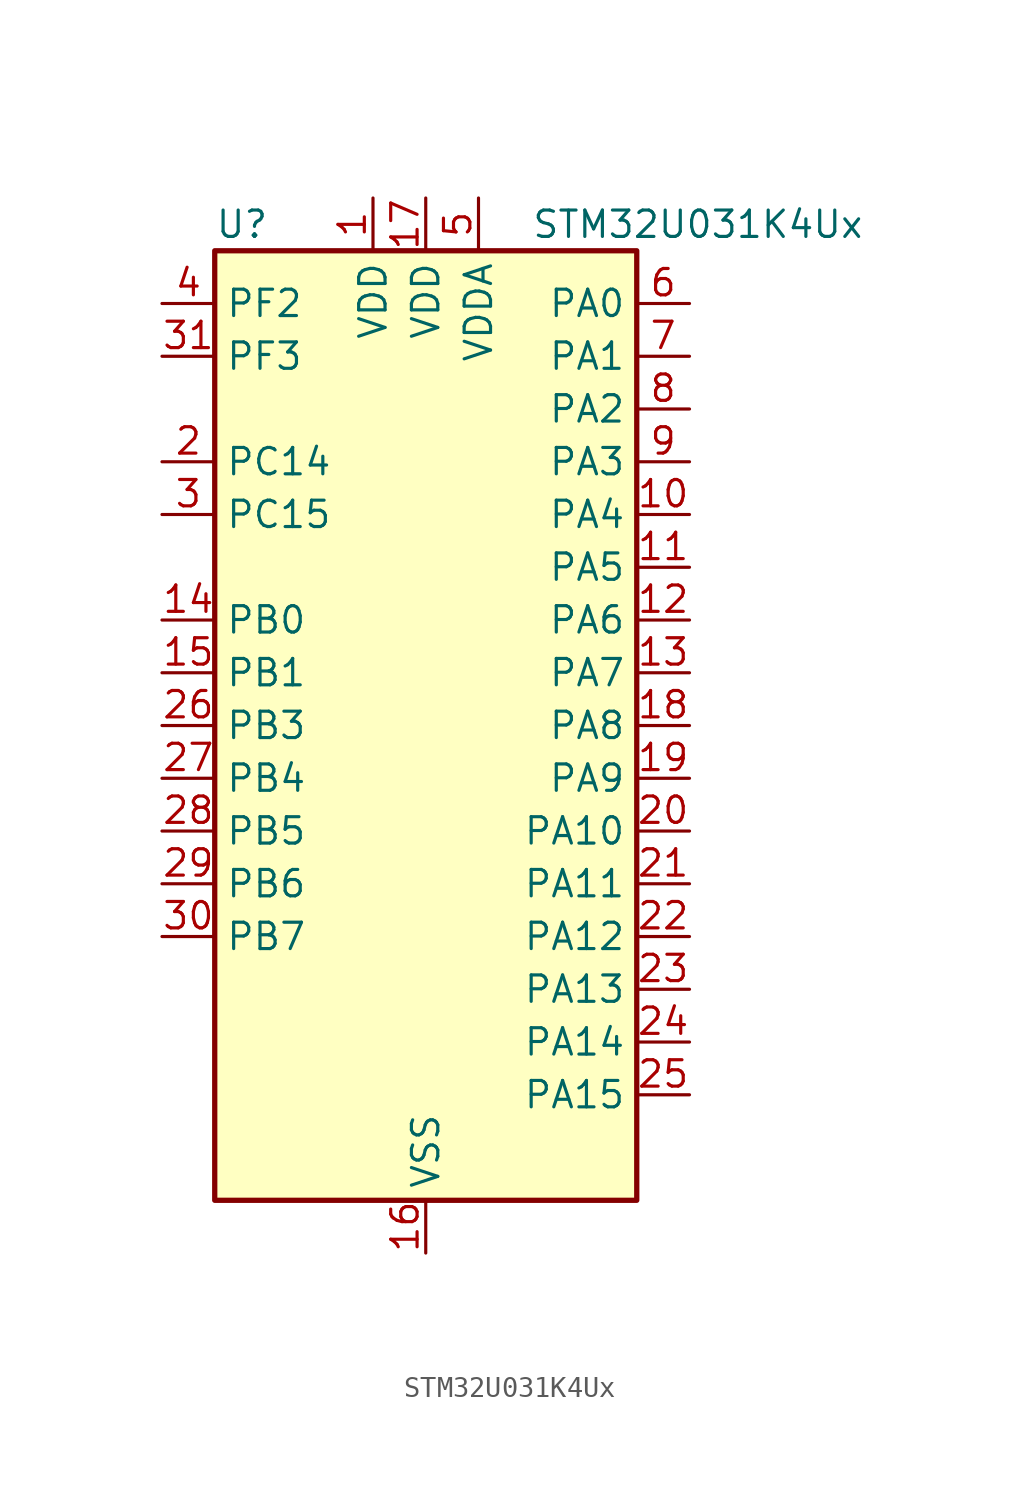
<source format=kicad_sym>
(kicad_symbol_lib
  (version 20231120)
  (generator "kicad_symbol_editor")
  (generator_version "8.99")
  (symbol "STM32U031K4Ux"
    (property "Reference" "U"
      (at -10.16 24.13 0)
      (effects (font (size 1.27 1.27)) (justify left)))
    (property "Value" "STM32U031K4Ux"
      (at 5.08 24.13 0)
      (effects (font (size 1.27 1.27)) (justify left)))
    (property "ki_locked" ""
      (at 0 0 0)
      (effects (font (size 1.27 1.27))))
    (symbol "STM32U031K4Ux_0_1"
      (rectangle (start -10.16 -22.86) (end 10.16 22.86) (stroke (width 0.254) (type default)) (fill (type background))))
    (symbol "STM32U031K4Ux_1_1"
      (pin power_in line (at -2.54 25.4 270) (length 2.54) (name "VDD" (effects (font (size 1.27 1.27)))) (number "1" (effects (font (size 1.27 1.27)))))
      (pin bidirectional line (at 12.7 10.16 180) (length 2.54) (name "PA4" (effects (font (size 1.27 1.27)))) (number "10" (effects (font (size 1.27 1.27)))) (alternate "ADC1_IN8" bidirectional line) (alternate "COMP1_INM" bidirectional line) (alternate "DAC1_OUT1" bidirectional line) (alternate "LPTIM2_CH1" bidirectional line) (alternate "SPI1_NSS" bidirectional line) (alternate "USART2_CK" bidirectional line))
      (pin bidirectional line (at 12.7 7.62 180) (length 2.54) (name "PA5" (effects (font (size 1.27 1.27)))) (number "11" (effects (font (size 1.27 1.27)))) (alternate "ADC1_IN9" bidirectional line) (alternate "COMP1_INM" bidirectional line) (alternate "LPTIM2_ETR" bidirectional line) (alternate "SPI1_SCK" bidirectional line) (alternate "TIM2_CH1" bidirectional line) (alternate "TIM2_ETR" bidirectional line) (alternate "USART3_TX" bidirectional line))
      (pin bidirectional line (at 12.7 5.08 180) (length 2.54) (name "PA6" (effects (font (size 1.27 1.27)))) (number "12" (effects (font (size 1.27 1.27)))) (alternate "ADC1_IN10" bidirectional line) (alternate "COMP1_OUT" bidirectional line) (alternate "I2C2_SDA" bidirectional line) (alternate "I2C3_SDA" bidirectional line) (alternate "LPUART1_CTS" bidirectional line) (alternate "SPI1_MISO" bidirectional line) (alternate "TIM16_CH1" bidirectional line) (alternate "TIM1_BKIN" bidirectional line) (alternate "TIM3_CH1" bidirectional line) (alternate "TSC_G5_IO1" bidirectional line) (alternate "USART3_CTS" bidirectional line))
      (pin bidirectional line (at 12.7 2.54 180) (length 2.54) (name "PA7" (effects (font (size 1.27 1.27)))) (number "13" (effects (font (size 1.27 1.27)))) (alternate "ADC1_IN14" bidirectional line) (alternate "I2C2_SCL" bidirectional line) (alternate "I2C3_SCL" bidirectional line) (alternate "LPTIM2_CH2" bidirectional line) (alternate "SPI1_MOSI" bidirectional line) (alternate "TIM1_CH1N" bidirectional line) (alternate "TIM3_CH2" bidirectional line) (alternate "USART3_RX" bidirectional line))
      (pin bidirectional line (at -12.7 5.08 0) (length 2.54) (name "PB0" (effects (font (size 1.27 1.27)))) (number "14" (effects (font (size 1.27 1.27)))) (alternate "ADC1_IN17" bidirectional line) (alternate "COMP1_OUT" bidirectional line) (alternate "LPUART2_CTS" bidirectional line) (alternate "SPI1_NSS" bidirectional line) (alternate "TIM1_CH2N" bidirectional line) (alternate "TIM3_CH3" bidirectional line) (alternate "TSC_G5_IO2" bidirectional line) (alternate "USART3_CK" bidirectional line))
      (pin bidirectional line (at -12.7 2.54 0) (length 2.54) (name "PB1" (effects (font (size 1.27 1.27)))) (number "15" (effects (font (size 1.27 1.27)))) (alternate "ADC1_IN18" bidirectional line) (alternate "COMP1_INM" bidirectional line) (alternate "LPTIM2_IN1" bidirectional line) (alternate "LPUART1_DE" bidirectional line) (alternate "LPUART1_RTS" bidirectional line) (alternate "LPUART2_DE" bidirectional line) (alternate "LPUART2_RTS" bidirectional line) (alternate "TIM1_CH3N" bidirectional line) (alternate "TIM3_CH4" bidirectional line) (alternate "TSC_SYNC" bidirectional line) (alternate "USART3_DE" bidirectional line) (alternate "USART3_RTS" bidirectional line))
      (pin power_in line (at 0 -25.4 90) (length 2.54) (name "VSS" (effects (font (size 1.27 1.27)))) (number "16" (effects (font (size 1.27 1.27)))))
      (pin power_in line (at 0 25.4 270) (length 2.54) (name "VDD" (effects (font (size 1.27 1.27)))) (number "17" (effects (font (size 1.27 1.27)))))
      (pin bidirectional line (at 12.7 0 180) (length 2.54) (name "PA8" (effects (font (size 1.27 1.27)))) (number "18" (effects (font (size 1.27 1.27)))) (alternate "LPTIM2_CH1" bidirectional line) (alternate "RCC_MCO" bidirectional line) (alternate "RCC_MCO2" bidirectional line) (alternate "TIM1_CH1" bidirectional line) (alternate "TSC_G7_IO1" bidirectional line) (alternate "USART1_CK" bidirectional line))
      (pin bidirectional line (at 12.7 -2.54 180) (length 2.54) (name "PA9" (effects (font (size 1.27 1.27)))) (number "19" (effects (font (size 1.27 1.27)))) (alternate "COMP1_INP" bidirectional line) (alternate "DAC1_EXTI9" bidirectional line) (alternate "I2C1_SCL" bidirectional line) (alternate "I2C2_SCL" bidirectional line) (alternate "RCC_MCO" bidirectional line) (alternate "TIM15_BKIN" bidirectional line) (alternate "TIM1_CH2" bidirectional line) (alternate "TSC_G7_IO2" bidirectional line) (alternate "USART1_TX" bidirectional line))
      (pin bidirectional line (at -12.7 12.7 0) (length 2.54) (name "PC14" (effects (font (size 1.27 1.27)))) (number "2" (effects (font (size 1.27 1.27)))) (alternate "RCC_OSC32_IN" bidirectional line))
      (pin bidirectional line (at 12.7 -5.08 180) (length 2.54) (name "PA10" (effects (font (size 1.27 1.27)))) (number "20" (effects (font (size 1.27 1.27)))) (alternate "I2C1_SDA" bidirectional line) (alternate "I2C2_SDA" bidirectional line) (alternate "RCC_MCO2" bidirectional line) (alternate "SPI2_NSS" bidirectional line) (alternate "TIM1_CH3" bidirectional line) (alternate "TSC_G7_IO3" bidirectional line) (alternate "USART1_RX" bidirectional line))
      (pin bidirectional line (at 12.7 -7.62 180) (length 2.54) (name "PA11" (effects (font (size 1.27 1.27)))) (number "21" (effects (font (size 1.27 1.27)))) (alternate "ADC1_EXTI11" bidirectional line) (alternate "COMP1_OUT" bidirectional line) (alternate "SPI1_MISO" bidirectional line) (alternate "SPI2_MISO" bidirectional line) (alternate "TIM1_BKIN2" bidirectional line) (alternate "TIM1_CH4" bidirectional line) (alternate "USART1_CTS" bidirectional line))
      (pin bidirectional line (at 12.7 -10.16 180) (length 2.54) (name "PA12" (effects (font (size 1.27 1.27)))) (number "22" (effects (font (size 1.27 1.27)))) (alternate "SPI1_MOSI" bidirectional line) (alternate "SPI2_MOSI" bidirectional line) (alternate "TIM1_ETR" bidirectional line) (alternate "USART1_DE" bidirectional line) (alternate "USART1_RTS" bidirectional line))
      (pin bidirectional line (at 12.7 -12.7 180) (length 2.54) (name "PA13" (effects (font (size 1.27 1.27)))) (number "23" (effects (font (size 1.27 1.27)))) (alternate "DEBUG_JTMS-SWDIO" bidirectional line) (alternate "IR_OUT" bidirectional line) (alternate "TSC_G7_IO4" bidirectional line))
      (pin bidirectional line (at 12.7 -15.24 180) (length 2.54) (name "PA14" (effects (font (size 1.27 1.27)))) (number "24" (effects (font (size 1.27 1.27)))) (alternate "DEBUG_JTCK-SWCLK" bidirectional line) (alternate "LPTIM1_CH1" bidirectional line) (alternate "TSC_G3_IO4" bidirectional line))
      (pin bidirectional line (at 12.7 -17.78 180) (length 2.54) (name "PA15" (effects (font (size 1.27 1.27)))) (number "25" (effects (font (size 1.27 1.27)))) (alternate "DEBUG_JTDI" bidirectional line) (alternate "SPI1_NSS" bidirectional line) (alternate "TIM2_CH1" bidirectional line) (alternate "TIM2_ETR" bidirectional line) (alternate "TSC_G3_IO1" bidirectional line) (alternate "USART2_RX" bidirectional line) (alternate "USART3_DE" bidirectional line) (alternate "USART3_RTS" bidirectional line) (alternate "USART4_DE" bidirectional line) (alternate "USART4_RTS" bidirectional line))
      (pin bidirectional line (at -12.7 0 0) (length 2.54) (name "PB3" (effects (font (size 1.27 1.27)))) (number "26" (effects (font (size 1.27 1.27)))) (alternate "DEBUG_JTDO-SWO" bidirectional line) (alternate "I2C2_SCL" bidirectional line) (alternate "I2C3_SCL" bidirectional line) (alternate "LPTIM1_CH3" bidirectional line) (alternate "SPI1_SCK" bidirectional line) (alternate "TIM2_CH2" bidirectional line) (alternate "USART1_DE" bidirectional line) (alternate "USART1_RTS" bidirectional line))
      (pin bidirectional line (at -12.7 -2.54 0) (length 2.54) (name "PB4" (effects (font (size 1.27 1.27)))) (number "27" (effects (font (size 1.27 1.27)))) (alternate "I2C2_SDA" bidirectional line) (alternate "I2C3_SDA" bidirectional line) (alternate "LPTIM1_CH4" bidirectional line) (alternate "SPI1_MISO" bidirectional line) (alternate "TIM3_CH1" bidirectional line) (alternate "TSC_G2_IO1" bidirectional line) (alternate "USART1_CTS" bidirectional line))
      (pin bidirectional line (at -12.7 -5.08 0) (length 2.54) (name "PB5" (effects (font (size 1.27 1.27)))) (number "28" (effects (font (size 1.27 1.27)))) (alternate "LPTIM1_IN1" bidirectional line) (alternate "SPI1_MOSI" bidirectional line) (alternate "TIM16_BKIN" bidirectional line) (alternate "TIM3_CH2" bidirectional line) (alternate "TSC_G2_IO2" bidirectional line) (alternate "USART1_CK" bidirectional line))
      (pin bidirectional line (at -12.7 -7.62 0) (length 2.54) (name "PB6" (effects (font (size 1.27 1.27)))) (number "29" (effects (font (size 1.27 1.27)))) (alternate "I2C1_SCL" bidirectional line) (alternate "I2C2_SCL" bidirectional line) (alternate "LPTIM1_ETR" bidirectional line) (alternate "LPUART2_TX" bidirectional line) (alternate "TIM16_CH1N" bidirectional line) (alternate "TSC_G2_IO3" bidirectional line) (alternate "USART1_TX" bidirectional line))
      (pin bidirectional line (at -12.7 10.16 0) (length 2.54) (name "PC15" (effects (font (size 1.27 1.27)))) (number "3" (effects (font (size 1.27 1.27)))) (alternate "RCC_OSC32_EN" bidirectional line) (alternate "RCC_OSC32_OUT" bidirectional line) (alternate "RCC_OSC_EN" bidirectional line))
      (pin bidirectional line (at -12.7 -10.16 0) (length 2.54) (name "PB7" (effects (font (size 1.27 1.27)))) (number "30" (effects (font (size 1.27 1.27)))) (alternate "I2C1_SDA" bidirectional line) (alternate "I2C2_SDA" bidirectional line) (alternate "LPTIM1_IN2" bidirectional line) (alternate "LPUART2_RX" bidirectional line) (alternate "TSC_G2_IO4" bidirectional line) (alternate "USART1_RX" bidirectional line) (alternate "USART4_CTS" bidirectional line))
      (pin bidirectional line (at -12.7 17.78 0) (length 2.54) (name "PF3" (effects (font (size 1.27 1.27)))) (number "31" (effects (font (size 1.27 1.27)))))
      (pin passive line (at 0 -25.4 90) (length 2.54) hide (name "VSS" (effects (font (size 1.27 1.27)))) (number "32" (effects (font (size 1.27 1.27)))))
      (pin passive line (at 0 -25.4 90) (length 2.54) hide (name "VSS" (effects (font (size 1.27 1.27)))) (number "33" (effects (font (size 1.27 1.27)))))
      (pin bidirectional line (at -12.7 20.32 0) (length 2.54) (name "PF2" (effects (font (size 1.27 1.27)))) (number "4" (effects (font (size 1.27 1.27)))) (alternate "RCC_MCO" bidirectional line))
      (pin power_in line (at 2.54 25.4 270) (length 2.54) (name "VDDA" (effects (font (size 1.27 1.27)))) (number "5" (effects (font (size 1.27 1.27)))))
      (pin bidirectional line (at 12.7 20.32 180) (length 2.54) (name "PA0" (effects (font (size 1.27 1.27)))) (number "6" (effects (font (size 1.27 1.27)))) (alternate "ADC1_IN4" bidirectional line) (alternate "COMP1_INM" bidirectional line) (alternate "COMP1_OUT" bidirectional line) (alternate "OPAMP1_VINP" bidirectional line) (alternate "PWR_WKUP1" bidirectional line) (alternate "TAMP_IN2" bidirectional line) (alternate "TIM2_CH1" bidirectional line) (alternate "TIM2_ETR" bidirectional line) (alternate "USART2_CTS" bidirectional line) (alternate "USART4_TX" bidirectional line))
      (pin bidirectional line (at 12.7 17.78 180) (length 2.54) (name "PA1" (effects (font (size 1.27 1.27)))) (number "7" (effects (font (size 1.27 1.27)))) (alternate "ADC1_IN5" bidirectional line) (alternate "COMP1_INP" bidirectional line) (alternate "LPTIM1_CH2" bidirectional line) (alternate "OPAMP1_VINM" bidirectional line) (alternate "PWR_WKUP3" bidirectional line) (alternate "SPI1_SCK" bidirectional line) (alternate "SPI2_SCK" bidirectional line) (alternate "TAMP_IN5" bidirectional line) (alternate "TIM15_CH1N" bidirectional line) (alternate "TIM2_CH2" bidirectional line) (alternate "USART2_DE" bidirectional line) (alternate "USART2_RTS" bidirectional line) (alternate "USART4_RX" bidirectional line))
      (pin bidirectional line (at 12.7 15.24 180) (length 2.54) (name "PA2" (effects (font (size 1.27 1.27)))) (number "8" (effects (font (size 1.27 1.27)))) (alternate "ADC1_IN6" bidirectional line) (alternate "LPUART1_TX" bidirectional line) (alternate "PWR_WKUP4" bidirectional line) (alternate "RCC_LSCO" bidirectional line) (alternate "TIM15_CH1" bidirectional line) (alternate "TIM2_CH3" bidirectional line) (alternate "USART2_TX" bidirectional line))
      (pin bidirectional line (at 12.7 12.7 180) (length 2.54) (name "PA3" (effects (font (size 1.27 1.27)))) (number "9" (effects (font (size 1.27 1.27)))) (alternate "ADC1_IN7" bidirectional line) (alternate "LPUART1_RX" bidirectional line) (alternate "OPAMP1_VOUT" bidirectional line) (alternate "TIM15_CH2" bidirectional line) (alternate "TIM2_CH4" bidirectional line) (alternate "USART2_RX" bidirectional line)))))
</source>
